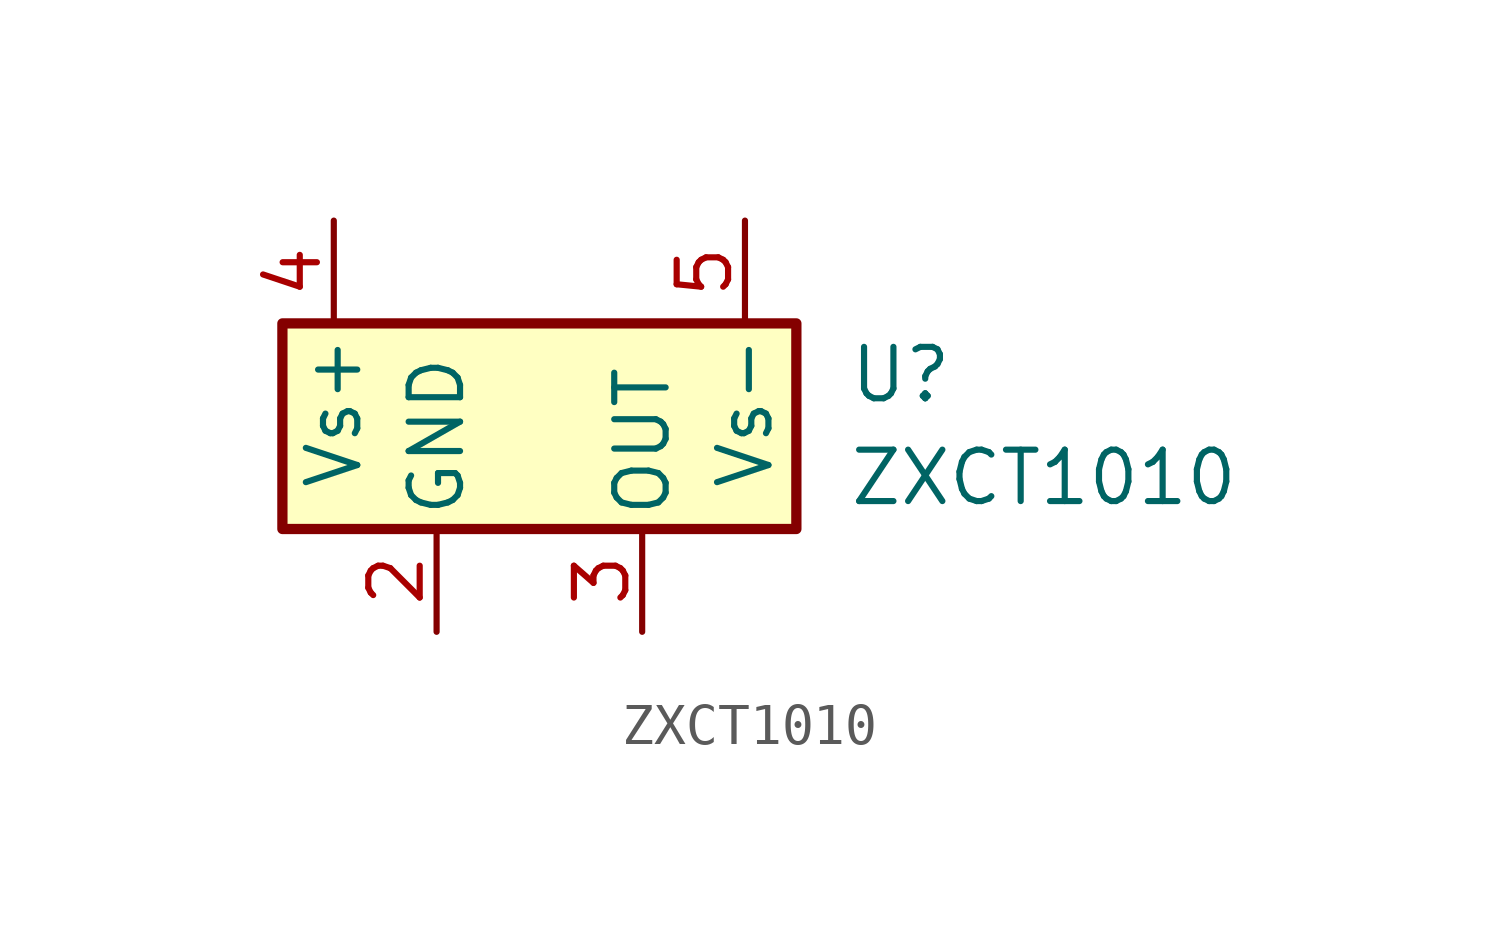
<source format=kicad_sym>
(kicad_symbol_lib
  (version 20231120)
  (generator "kicad_symbol_editor")
  (generator_version "8.0")
  (symbol "ZXCT1010"
    (pin_names
      (offset 0.254))
    (property "Reference" "U"
      (at 7.62 1.27 0)
      (effects (font (size 1.27 1.27)) (justify left)))
    (property "Value" "ZXCT1010"
      (at 7.62 -1.27 0)
      (effects (font (size 1.27 1.27)) (justify left)))
    (symbol "ZXCT1010_0_1"
      (rectangle (start -6.35 2.54) (end 6.35 -2.54) (stroke (width 0.254) (type default)) (fill (type background))))
    (symbol "ZXCT1010_1_1"
      (pin passive line (at -2.54 -5.08 90) (length 2.54) (name "GND" (effects (font (size 1.27 1.27)))) (number "2" (effects (font (size 1.27 1.27)))))
      (pin passive line (at 2.54 -5.08 90) (length 2.54) (name "OUT" (effects (font (size 1.27 1.27)))) (number "3" (effects (font (size 1.27 1.27)))))
      (pin passive line (at -5.08 5.08 270) (length 2.54) (name "Vs+" (effects (font (size 1.27 1.27)))) (number "4" (effects (font (size 1.27 1.27)))))
      (pin passive line (at 5.08 5.08 270) (length 2.54) (name "Vs-" (effects (font (size 1.27 1.27)))) (number "5" (effects (font (size 1.27 1.27))))))))
</source>
